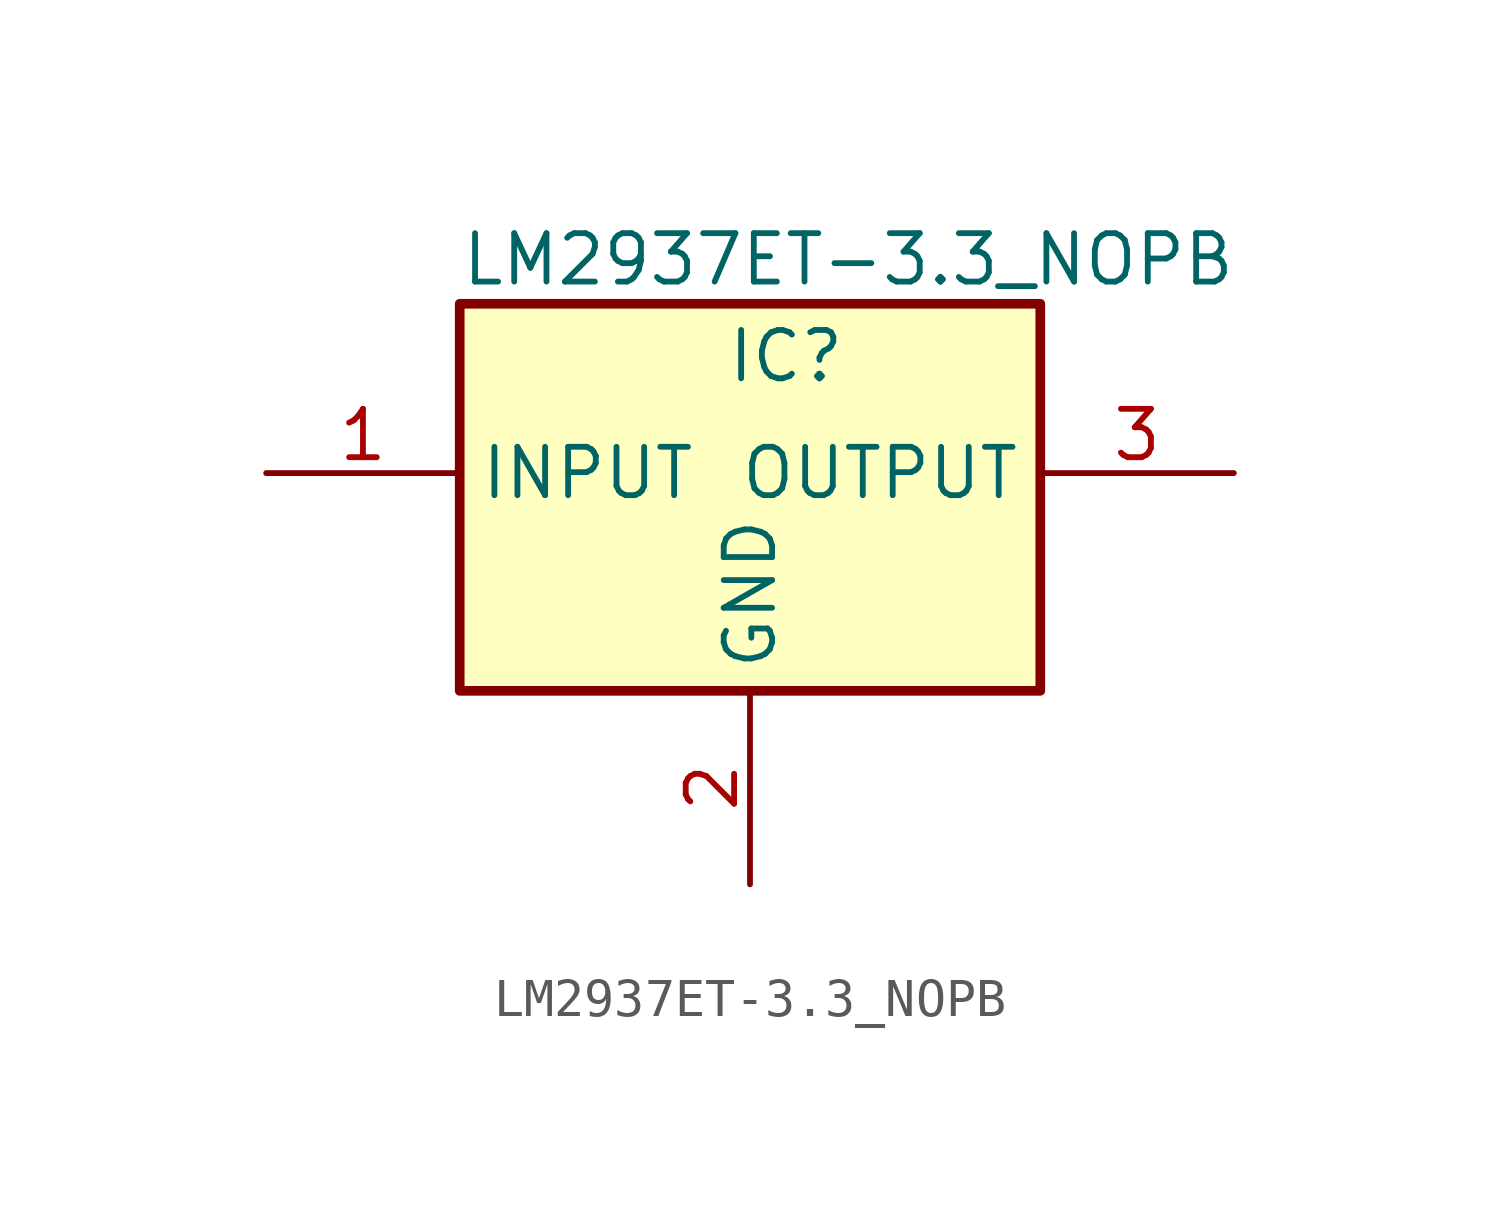
<source format=kicad_sym>
(kicad_symbol_lib
  (version 20220914)
  (generator kicad_symbol_editor)
  (symbol "LM2937ET-3.3_NOPB"
    (property "Reference" "IC"
      (at 12.065 1.905 0)
      (effects (font (size 1.27 1.27)) (justify left top)))
    (property "Value" "LM2937ET-3.3_NOPB"
      (at 5.08 4.445 0)
      (effects (font (size 1.27 1.27)) (justify left top)))
    (symbol "LM2937ET-3.3_NOPB_1_1"
      (rectangle (start 5.08 2.54) (end 20.32 -7.62) (stroke (width 0.254) (type default)) (fill (type background)))
      (pin power_in line (at 0 -1.905 0) (length 5.08) (name "INPUT" (effects (font (size 1.27 1.27)))) (number "1" (effects (font (size 1.27 1.27)))))
      (pin passive line (at 12.7 -12.7 90) (length 5.08) (name "GND" (effects (font (size 1.27 1.27)))) (number "2" (effects (font (size 1.27 1.27)))))
      (pin power_out line (at 25.4 -1.905 180) (length 5.08) (name "OUTPUT" (effects (font (size 1.27 1.27)))) (number "3" (effects (font (size 1.27 1.27))))))))
</source>
